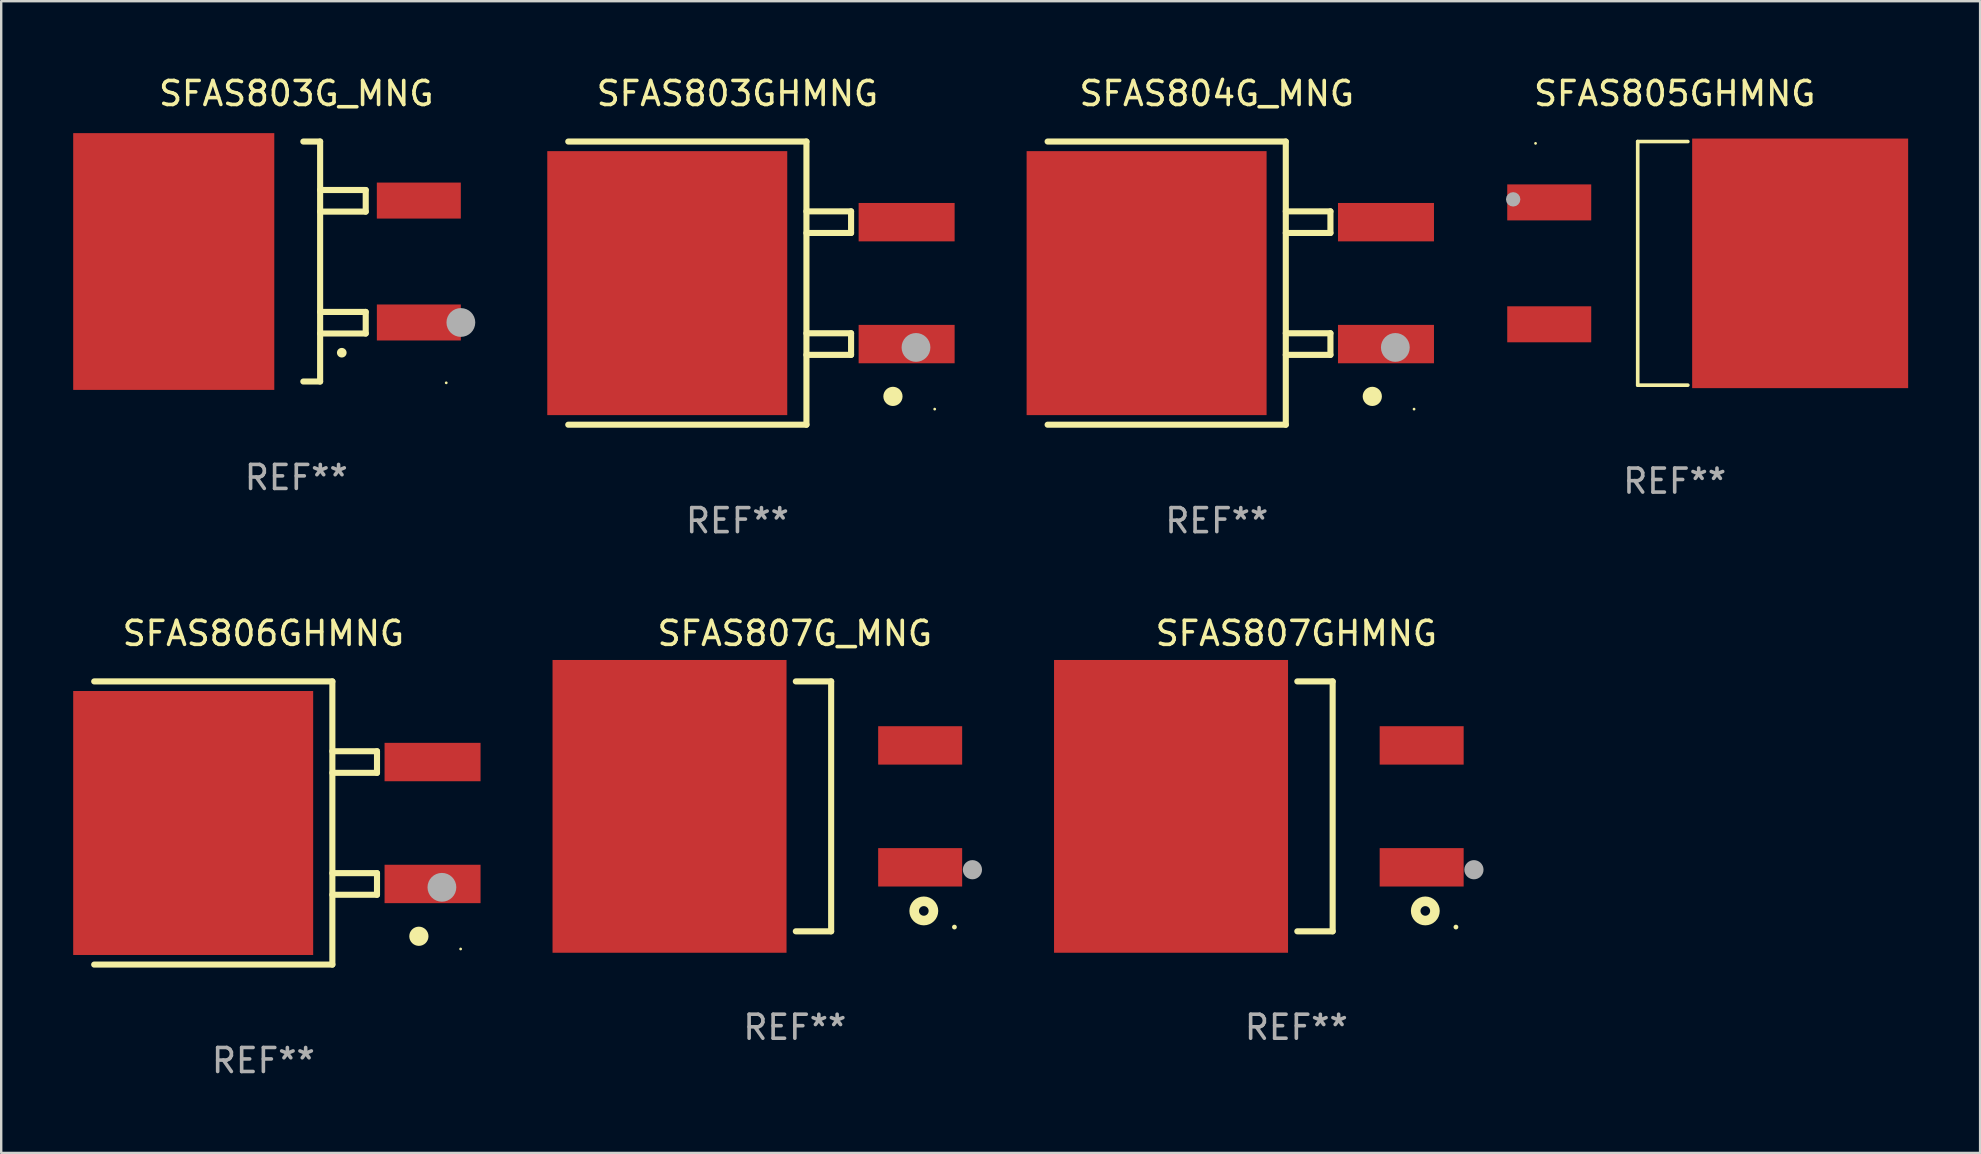
<source format=kicad_pcb>
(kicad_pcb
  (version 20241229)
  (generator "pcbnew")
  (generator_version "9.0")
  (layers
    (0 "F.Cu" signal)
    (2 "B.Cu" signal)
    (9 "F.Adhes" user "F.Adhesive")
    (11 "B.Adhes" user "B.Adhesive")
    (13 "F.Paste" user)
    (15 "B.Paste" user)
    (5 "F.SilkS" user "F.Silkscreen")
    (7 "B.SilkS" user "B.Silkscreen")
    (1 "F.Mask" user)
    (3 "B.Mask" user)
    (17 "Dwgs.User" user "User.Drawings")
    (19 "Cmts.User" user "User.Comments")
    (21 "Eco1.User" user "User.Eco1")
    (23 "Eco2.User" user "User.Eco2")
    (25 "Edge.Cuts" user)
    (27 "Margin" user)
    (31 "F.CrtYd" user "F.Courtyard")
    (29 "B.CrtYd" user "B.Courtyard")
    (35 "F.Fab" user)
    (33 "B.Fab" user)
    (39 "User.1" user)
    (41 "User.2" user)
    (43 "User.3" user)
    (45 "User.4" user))
  (footprint "SFAS803G_MNG"
    (layer "F.Cu")
    (at 9.297 7.848)
    (property "Reference" "SFAS803G_MNG" (at 0 -7 0) (layer "F.SilkS") (effects (font (size 1 1) (thickness 0.15))))
    (attr through_hole)
    (fp_line (start 0.293 -5) (end 0.993 -5) (stroke (width 0.254) (type solid)) (layer "F.SilkS"))
    (fp_line (start 0.993 -5) (end 0.993 5) (stroke (width 0.254) (type solid)) (layer "F.SilkS"))
    (fp_line (start 0.993 -2.08) (end 2.893 -2.08) (stroke (width 0.254) (type solid)) (layer "F.SilkS"))
    (fp_line (start 0.993 3) (end 2.893 3) (stroke (width 0.254) (type solid)) (layer "F.SilkS"))
    (fp_line (start 0.993 5) (end 0.293 5) (stroke (width 0.254) (type solid)) (layer "F.SilkS"))
    (fp_line (start 2.893 -2.98) (end 0.993 -2.98) (stroke (width 0.254) (type solid)) (layer "F.SilkS"))
    (fp_line (start 2.893 -2.08) (end 2.893 -2.98) (stroke (width 0.254) (type solid)) (layer "F.SilkS"))
    (fp_line (start 2.893 2.1) (end 0.993 2.1) (stroke (width 0.254) (type solid)) (layer "F.SilkS"))
    (fp_line (start 2.893 3) (end 2.893 2.1) (stroke (width 0.254) (type solid)) (layer "F.SilkS"))
    (fp_arc (start 1.893447 3.79986) (mid 1.894717 3.799856) (end 1.895987 3.79986) (stroke (width 0.4) (type solid)) (layer "F.SilkS"))
    (fp_circle (center 6.248 5.055) (end 6.278 5.055) (stroke (width 0.06) (type solid)) (fill no) (layer "F.SilkS"))
    (fp_circle (center 6.858 2.54) (end 7.158 2.54) (stroke (width 0.6) (type solid)) (fill no) (layer "F.Fab"))
    (fp_text user "REF**" (at 0 9 0) (layer "F.Fab") (effects (font (size 1 1) (thickness 0.15))))
    (pad "1" smd rect (at 5.107 2.54) (size 3.5 1.5) (layers "F.Cu" "F.Mask" "F.Paste"))
    (pad "2" smd rect (at -5.107 -0.000241) (size 8.38 10.7) (layers "F.Cu" "F.Mask" "F.Paste"))
    (pad "3" smd rect (at 5.106 -2.54) (size 3.5 1.5) (layers "F.Cu" "F.Mask" "F.Paste")))
  (footprint "SFAS803GHMNG"
    (layer "F.Cu")
    (at 27.68 8.748)
    (property "Reference" "SFAS803GHMNG" (at 0 -7.9 0) (layer "F.SilkS") (effects (font (size 1 1) (thickness 0.15))))
    (attr through_hole)
    (fp_line (start -7.05 5.9) (end 2.875 5.9) (stroke (width 0.254) (type solid)) (layer "F.SilkS"))
    (fp_line (start 2.875 -5.9) (end -7.05 -5.9) (stroke (width 0.254) (type solid)) (layer "F.SilkS"))
    (fp_line (start 2.875 -5.9) (end 2.875 5.9) (stroke (width 0.254) (type solid)) (layer "F.SilkS"))
    (fp_line (start 2.875 -2.991) (end 4.735 -2.991) (stroke (width 0.254) (type solid)) (layer "F.SilkS"))
    (fp_line (start 2.875 2.089) (end 4.735 2.089) (stroke (width 0.254) (type solid)) (layer "F.SilkS"))
    (fp_line (start 4.735 -2.991) (end 4.735 -2.09) (stroke (width 0.254) (type solid)) (layer "F.SilkS"))
    (fp_line (start 4.735 -2.09) (end 2.875 -2.09) (stroke (width 0.254) (type solid)) (layer "F.SilkS"))
    (fp_line (start 4.735 2.089) (end 4.735 2.99) (stroke (width 0.254) (type solid)) (layer "F.SilkS"))
    (fp_line (start 4.735 2.99) (end 2.875 2.99) (stroke (width 0.254) (type solid)) (layer "F.SilkS"))
    (fp_circle (center 6.48 4.72) (end 6.68 4.72) (stroke (width 0.4) (type solid)) (fill no) (layer "F.SilkS"))
    (fp_circle (center 8.22 5.25) (end 8.25 5.25) (stroke (width 0.06) (type solid)) (fill no) (layer "F.SilkS"))
    (fp_circle (center 7.44 2.68) (end 7.74 2.68) (stroke (width 0.6) (type solid)) (fill no) (layer "F.Fab"))
    (fp_text user "REF**" (at 0 9.9 0) (layer "F.Fab") (effects (font (size 1 1) (thickness 0.15))))
    (pad "1" smd rect (at 7.05 2.54) (size 4 1.6) (layers "F.Cu" "F.Mask" "F.Paste"))
    (pad "2" smd rect (at 7.05 -2.54) (size 4 1.6) (layers "F.Cu" "F.Mask" "F.Paste"))
    (pad "3" smd rect (at -2.925 0.000102) (size 10 11) (layers "F.Cu" "F.Mask" "F.Paste")))
  (footprint "SFAS806GHMNG"
    (layer "F.Cu")
    (at 7.925 31.245)
    (property "Reference" "SFAS806GHMNG" (at 0 -7.9 0) (layer "F.SilkS") (effects (font (size 1 1) (thickness 0.15))))
    (attr through_hole)
    (fp_line (start -7.05 5.9) (end 2.875 5.9) (stroke (width 0.254) (type solid)) (layer "F.SilkS"))
    (fp_line (start 2.875 -5.9) (end -7.05 -5.9) (stroke (width 0.254) (type solid)) (layer "F.SilkS"))
    (fp_line (start 2.875 -5.9) (end 2.875 5.9) (stroke (width 0.254) (type solid)) (layer "F.SilkS"))
    (fp_line (start 2.875 -2.991) (end 4.735 -2.991) (stroke (width 0.254) (type solid)) (layer "F.SilkS"))
    (fp_line (start 2.875 2.089) (end 4.735 2.089) (stroke (width 0.254) (type solid)) (layer "F.SilkS"))
    (fp_line (start 4.735 -2.991) (end 4.735 -2.09) (stroke (width 0.254) (type solid)) (layer "F.SilkS"))
    (fp_line (start 4.735 -2.09) (end 2.875 -2.09) (stroke (width 0.254) (type solid)) (layer "F.SilkS"))
    (fp_line (start 4.735 2.089) (end 4.735 2.99) (stroke (width 0.254) (type solid)) (layer "F.SilkS"))
    (fp_line (start 4.735 2.99) (end 2.875 2.99) (stroke (width 0.254) (type solid)) (layer "F.SilkS"))
    (fp_circle (center 6.48 4.72) (end 6.68 4.72) (stroke (width 0.4) (type solid)) (fill no) (layer "F.SilkS"))
    (fp_circle (center 8.22 5.25) (end 8.25 5.25) (stroke (width 0.06) (type solid)) (fill no) (layer "F.SilkS"))
    (fp_circle (center 7.44 2.68) (end 7.74 2.68) (stroke (width 0.6) (type solid)) (fill no) (layer "F.Fab"))
    (fp_text user "REF**" (at 0 9.9 0) (layer "F.Fab") (effects (font (size 1 1) (thickness 0.15))))
    (pad "1" smd rect (at 7.05 2.54) (size 4 1.6) (layers "F.Cu" "F.Mask" "F.Paste"))
    (pad "2" smd rect (at 7.05 -2.54) (size 4 1.6) (layers "F.Cu" "F.Mask" "F.Paste"))
    (pad "3" smd rect (at -2.925 0.000102) (size 10 11) (layers "F.Cu" "F.Mask" "F.Paste")))
  (footprint "SFAS807G_MNG"
    (layer "F.Cu")
    (at 30.072 30.552)
    (property "Reference" "SFAS807G_MNG" (at 0 -7.207 0) (layer "F.SilkS") (effects (font (size 1 1) (thickness 0.15))))
    (attr through_hole)
    (fp_line (start 0.04 5.207) (end 1.513 5.207) (stroke (width 0.254) (type solid)) (layer "F.SilkS"))
    (fp_line (start 1.513 -5.207) (end 0.04 -5.207) (stroke (width 0.254) (type solid)) (layer "F.SilkS"))
    (fp_line (start 1.513 5.207) (end 1.513 -5.207) (stroke (width 0.254) (type solid)) (layer "F.SilkS"))
    (fp_circle (center 5.374 4.357) (end 5.775 4.357) (stroke (width 0.4) (type solid)) (fill no) (layer "F.SilkS"))
    (fp_circle (center 6.65 5.03) (end 6.7 5.03) (stroke (width 0.1) (type solid)) (fill no) (layer "F.SilkS"))
    (fp_circle (center 7.4 2.64) (end 7.6 2.64) (stroke (width 0.4) (type solid)) (fill no) (layer "F.Fab"))
    (fp_text user "REF**" (at 0 9.207 0) (layer "F.Fab") (effects (font (size 1 1) (thickness 0.15))))
    (pad "1" smd rect (at 5.222 2.54 90) (size 1.6 3.5) (layers "F.Cu" "F.Mask" "F.Paste"))
    (pad "2" smd rect (at 5.222 -2.54 90) (size 1.6 3.5) (layers "F.Cu" "F.Mask" "F.Paste"))
    (pad "3" smd rect (at -5.222 -0.000102 90) (size 12.2 9.751) (layers "F.Cu" "F.Mask" "F.Paste")))
  (footprint "SFAS807GHMNG"
    (layer "F.Cu")
    (at 50.97 30.552)
    (property "Reference" "SFAS807GHMNG" (at 0 -7.207 0) (layer "F.SilkS") (effects (font (size 1 1) (thickness 0.15))))
    (attr through_hole)
    (fp_line (start 0.04 5.207) (end 1.513 5.207) (stroke (width 0.254) (type solid)) (layer "F.SilkS"))
    (fp_line (start 1.513 -5.207) (end 0.04 -5.207) (stroke (width 0.254) (type solid)) (layer "F.SilkS"))
    (fp_line (start 1.513 5.207) (end 1.513 -5.207) (stroke (width 0.254) (type solid)) (layer "F.SilkS"))
    (fp_circle (center 5.374 4.357) (end 5.775 4.357) (stroke (width 0.4) (type solid)) (fill no) (layer "F.SilkS"))
    (fp_circle (center 6.65 5.03) (end 6.7 5.03) (stroke (width 0.1) (type solid)) (fill no) (layer "F.SilkS"))
    (fp_circle (center 7.4 2.64) (end 7.6 2.64) (stroke (width 0.4) (type solid)) (fill no) (layer "F.Fab"))
    (fp_text user "REF**" (at 0 9.207 0) (layer "F.Fab") (effects (font (size 1 1) (thickness 0.15))))
    (pad "1" smd rect (at 5.222 2.54 90) (size 1.6 3.5) (layers "F.Cu" "F.Mask" "F.Paste"))
    (pad "2" smd rect (at 5.222 -2.54 90) (size 1.6 3.5) (layers "F.Cu" "F.Mask" "F.Paste"))
    (pad "3" smd rect (at -5.222 -0.000102 90) (size 12.2 9.751) (layers "F.Cu" "F.Mask" "F.Paste")))
  (footprint "SFAS804G_MNG"
    (layer "F.Cu")
    (at 47.655 8.748)
    (property "Reference" "SFAS804G_MNG" (at 0 -7.9 0) (layer "F.SilkS") (effects (font (size 1 1) (thickness 0.15))))
    (attr through_hole)
    (fp_line (start -7.05 5.9) (end 2.875 5.9) (stroke (width 0.254) (type solid)) (layer "F.SilkS"))
    (fp_line (start 2.875 -5.9) (end -7.05 -5.9) (stroke (width 0.254) (type solid)) (layer "F.SilkS"))
    (fp_line (start 2.875 -5.9) (end 2.875 5.9) (stroke (width 0.254) (type solid)) (layer "F.SilkS"))
    (fp_line (start 2.875 -2.991) (end 4.735 -2.991) (stroke (width 0.254) (type solid)) (layer "F.SilkS"))
    (fp_line (start 2.875 2.089) (end 4.735 2.089) (stroke (width 0.254) (type solid)) (layer "F.SilkS"))
    (fp_line (start 4.735 -2.991) (end 4.735 -2.09) (stroke (width 0.254) (type solid)) (layer "F.SilkS"))
    (fp_line (start 4.735 -2.09) (end 2.875 -2.09) (stroke (width 0.254) (type solid)) (layer "F.SilkS"))
    (fp_line (start 4.735 2.089) (end 4.735 2.99) (stroke (width 0.254) (type solid)) (layer "F.SilkS"))
    (fp_line (start 4.735 2.99) (end 2.875 2.99) (stroke (width 0.254) (type solid)) (layer "F.SilkS"))
    (fp_circle (center 6.48 4.72) (end 6.68 4.72) (stroke (width 0.4) (type solid)) (fill no) (layer "F.SilkS"))
    (fp_circle (center 8.22 5.25) (end 8.25 5.25) (stroke (width 0.06) (type solid)) (fill no) (layer "F.SilkS"))
    (fp_circle (center 7.44 2.68) (end 7.74 2.68) (stroke (width 0.6) (type solid)) (fill no) (layer "F.Fab"))
    (fp_text user "REF**" (at 0 9.9 0) (layer "F.Fab") (effects (font (size 1 1) (thickness 0.15))))
    (pad "1" smd rect (at 7.05 2.54) (size 4 1.6) (layers "F.Cu" "F.Mask" "F.Paste"))
    (pad "2" smd rect (at 7.05 -2.54) (size 4 1.6) (layers "F.Cu" "F.Mask" "F.Paste"))
    (pad "3" smd rect (at -2.925 0.000102) (size 10 11) (layers "F.Cu" "F.Mask" "F.Paste")))
  (footprint "SFAS805GHMNG"
    (layer "F.Cu")
    (at 66.736 7.924)
    (property "Reference" "SFAS805GHMNG" (at 0 -7.076 0) (layer "F.SilkS") (effects (font (size 1 1) (thickness 0.15))))
    (attr through_hole)
    (fp_line (start -1.541 -5.076) (end -1.541 5.076) (stroke (width 0.152) (type solid)) (layer "F.SilkS"))
    (fp_line (start -1.541 -5.076) (end 0.548 -5.076) (stroke (width 0.152) (type solid)) (layer "F.SilkS"))
    (fp_line (start -1.541 5.076) (end 0.548 5.076) (stroke (width 0.152) (type solid)) (layer "F.SilkS"))
    (fp_circle (center -5.798 -5) (end -5.768 -5) (stroke (width 0.06) (type solid)) (fill no) (layer "F.SilkS"))
    (fp_circle (center -6.731 -2.667) (end -6.581 -2.667) (stroke (width 0.3) (type solid)) (fill no) (layer "F.Fab"))
    (fp_text user "REF**" (at 0 9.076 0) (layer "F.Fab") (effects (font (size 1 1) (thickness 0.15))))
    (pad "1" smd rect (at -5.228 -2.54) (size 3.5 1.5) (layers "F.Cu" "F.Mask" "F.Paste"))
    (pad "2" smd rect (at 5.228 0) (size 9 10.4) (layers "F.Cu" "F.Mask" "F.Paste"))
    (pad "3" smd rect (at -5.228 2.54) (size 3.5 1.5) (layers "F.Cu" "F.Mask" "F.Paste")))
  (gr_rect
    (start -3 -3)
    (end 79.463 44.993)
    (stroke (width 0.1) (type default))
    (fill no)
    (layer "Edge.Cuts")))
</source>
